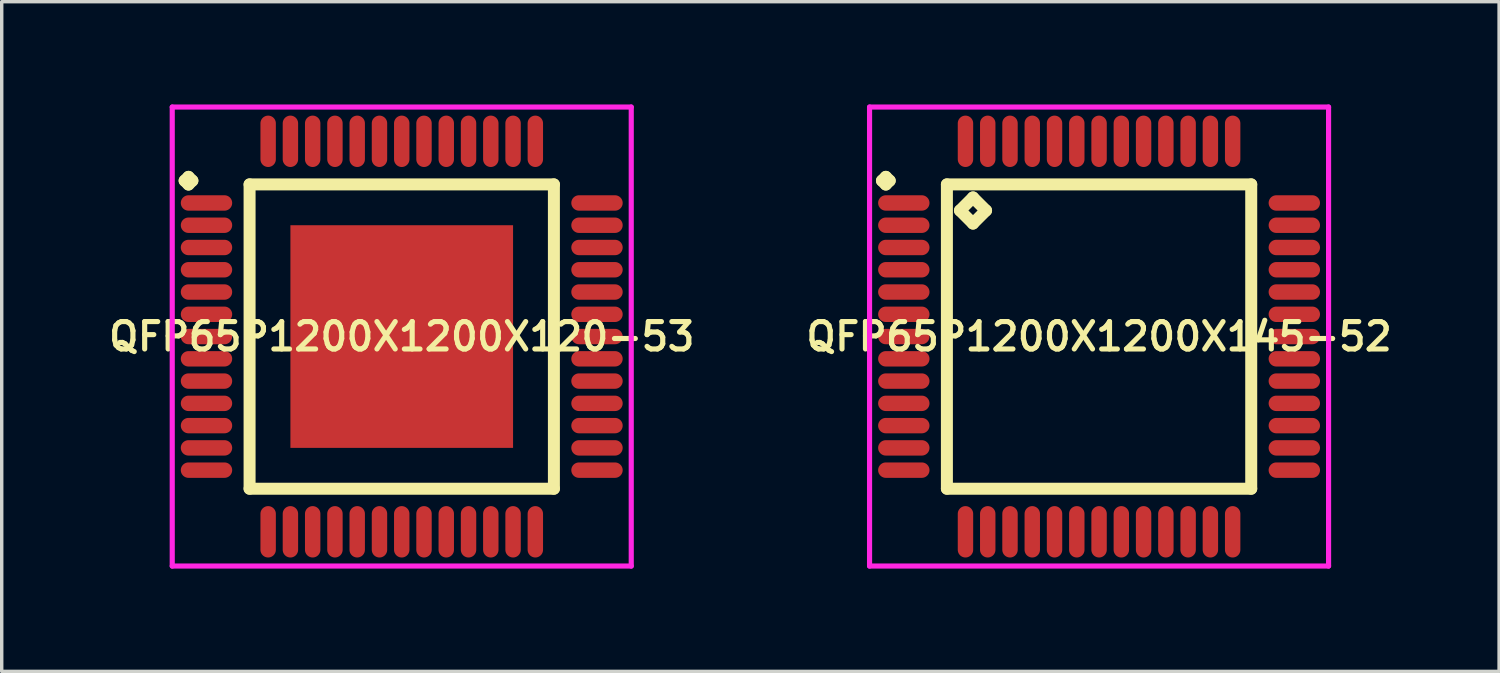
<source format=kicad_pcb>
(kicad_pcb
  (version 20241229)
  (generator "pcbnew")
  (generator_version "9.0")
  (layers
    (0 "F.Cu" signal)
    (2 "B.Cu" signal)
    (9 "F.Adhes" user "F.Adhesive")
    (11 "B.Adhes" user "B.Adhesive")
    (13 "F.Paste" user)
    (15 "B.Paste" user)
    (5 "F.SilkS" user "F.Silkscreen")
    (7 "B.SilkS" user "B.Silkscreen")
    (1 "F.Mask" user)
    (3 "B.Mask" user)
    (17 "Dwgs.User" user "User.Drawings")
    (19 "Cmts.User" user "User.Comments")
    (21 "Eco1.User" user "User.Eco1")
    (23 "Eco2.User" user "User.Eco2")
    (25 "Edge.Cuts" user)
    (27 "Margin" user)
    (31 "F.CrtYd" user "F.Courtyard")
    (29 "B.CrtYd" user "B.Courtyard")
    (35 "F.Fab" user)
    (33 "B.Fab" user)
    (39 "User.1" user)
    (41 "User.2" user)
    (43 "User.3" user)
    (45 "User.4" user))
  (footprint "QFP65P1200X1200X120-53"
    (layer "F.Cu")
    (at 8.678 6.775)
    (property "Reference" "QFP65P1200X1200X120-53" (at 0 0 0) (layer "F.SilkS") (effects (font (size 0.8 0.8) (thickness 0.15))))
    (attr smd)
    (fp_line (start -6.338 -4.55) (end -6.225 -4.662) (stroke (width 0.35) (type solid)) (layer "F.SilkS"))
    (fp_line (start -6.225 -4.662) (end -6.112 -4.55) (stroke (width 0.35) (type solid)) (layer "F.SilkS"))
    (fp_line (start -6.225 -4.438) (end -6.338 -4.55) (stroke (width 0.35) (type solid)) (layer "F.SilkS"))
    (fp_line (start -6.112 -4.55) (end -6.225 -4.438) (stroke (width 0.35) (type solid)) (layer "F.SilkS"))
    (fp_line (start -4.442 -4.442) (end -4.442 4.442) (stroke (width 0.35) (type solid)) (layer "F.SilkS"))
    (fp_line (start -4.442 4.442) (end 4.442 4.442) (stroke (width 0.35) (type solid)) (layer "F.SilkS"))
    (fp_line (start 4.442 -4.442) (end -4.442 -4.442) (stroke (width 0.35) (type solid)) (layer "F.SilkS"))
    (fp_line (start 4.442 4.442) (end 4.442 -4.442) (stroke (width 0.35) (type solid)) (layer "F.SilkS"))
    (fp_line (start -6.7 -6.7) (end 6.7 -6.7) (stroke (width 0.15) (type solid)) (layer "F.CrtYd"))
    (fp_line (start -6.7 6.7) (end -6.7 -6.7) (stroke (width 0.15) (type solid)) (layer "F.CrtYd"))
    (fp_line (start 6.7 -6.7) (end 6.7 6.7) (stroke (width 0.15) (type solid)) (layer "F.CrtYd"))
    (fp_line (start 6.7 6.7) (end -6.7 6.7) (stroke (width 0.15) (type solid)) (layer "F.CrtYd"))
    (pad "1" smd oval (at -5.7 -3.9) (size 1.5 0.45) (layers "F.Cu" "F.Mask" "F.Paste"))
    (pad "2" smd oval (at -5.7 -3.25) (size 1.5 0.45) (layers "F.Cu" "F.Mask" "F.Paste"))
    (pad "3" smd oval (at -5.7 -2.6) (size 1.5 0.45) (layers "F.Cu" "F.Mask" "F.Paste"))
    (pad "4" smd oval (at -5.7 -1.95) (size 1.5 0.45) (layers "F.Cu" "F.Mask" "F.Paste"))
    (pad "5" smd oval (at -5.7 -1.3) (size 1.5 0.45) (layers "F.Cu" "F.Mask" "F.Paste"))
    (pad "6" smd oval (at -5.7 -0.65) (size 1.5 0.45) (layers "F.Cu" "F.Mask" "F.Paste"))
    (pad "7" smd oval (at -5.7 0) (size 1.5 0.45) (layers "F.Cu" "F.Mask" "F.Paste"))
    (pad "8" smd oval (at -5.7 0.65) (size 1.5 0.45) (layers "F.Cu" "F.Mask" "F.Paste"))
    (pad "9" smd oval (at -5.7 1.3) (size 1.5 0.45) (layers "F.Cu" "F.Mask" "F.Paste"))
    (pad "10" smd oval (at -5.7 1.95) (size 1.5 0.45) (layers "F.Cu" "F.Mask" "F.Paste"))
    (pad "11" smd oval (at -5.7 2.6) (size 1.5 0.45) (layers "F.Cu" "F.Mask" "F.Paste"))
    (pad "12" smd oval (at -5.7 3.25) (size 1.5 0.45) (layers "F.Cu" "F.Mask" "F.Paste"))
    (pad "13" smd oval (at -5.7 3.9) (size 1.5 0.45) (layers "F.Cu" "F.Mask" "F.Paste"))
    (pad "14" smd oval (at -3.9 5.7) (size 0.45 1.5) (layers "F.Cu" "F.Mask" "F.Paste"))
    (pad "15" smd oval (at -3.25 5.7) (size 0.45 1.5) (layers "F.Cu" "F.Mask" "F.Paste"))
    (pad "16" smd oval (at -2.6 5.7) (size 0.45 1.5) (layers "F.Cu" "F.Mask" "F.Paste"))
    (pad "17" smd oval (at -1.95 5.7) (size 0.45 1.5) (layers "F.Cu" "F.Mask" "F.Paste"))
    (pad "18" smd oval (at -1.3 5.7) (size 0.45 1.5) (layers "F.Cu" "F.Mask" "F.Paste"))
    (pad "19" smd oval (at -0.65 5.7) (size 0.45 1.5) (layers "F.Cu" "F.Mask" "F.Paste"))
    (pad "20" smd oval (at 0 5.7) (size 0.45 1.5) (layers "F.Cu" "F.Mask" "F.Paste"))
    (pad "21" smd oval (at 0.65 5.7) (size 0.45 1.5) (layers "F.Cu" "F.Mask" "F.Paste"))
    (pad "22" smd oval (at 1.3 5.7) (size 0.45 1.5) (layers "F.Cu" "F.Mask" "F.Paste"))
    (pad "23" smd oval (at 1.95 5.7) (size 0.45 1.5) (layers "F.Cu" "F.Mask" "F.Paste"))
    (pad "24" smd oval (at 2.6 5.7) (size 0.45 1.5) (layers "F.Cu" "F.Mask" "F.Paste"))
    (pad "25" smd oval (at 3.25 5.7) (size 0.45 1.5) (layers "F.Cu" "F.Mask" "F.Paste"))
    (pad "26" smd oval (at 3.9 5.7) (size 0.45 1.5) (layers "F.Cu" "F.Mask" "F.Paste"))
    (pad "27" smd oval (at 5.7 3.9) (size 1.5 0.45) (layers "F.Cu" "F.Mask" "F.Paste"))
    (pad "28" smd oval (at 5.7 3.25) (size 1.5 0.45) (layers "F.Cu" "F.Mask" "F.Paste"))
    (pad "29" smd oval (at 5.7 2.6) (size 1.5 0.45) (layers "F.Cu" "F.Mask" "F.Paste"))
    (pad "30" smd oval (at 5.7 1.95) (size 1.5 0.45) (layers "F.Cu" "F.Mask" "F.Paste"))
    (pad "31" smd oval (at 5.7 1.3) (size 1.5 0.45) (layers "F.Cu" "F.Mask" "F.Paste"))
    (pad "32" smd oval (at 5.7 0.65) (size 1.5 0.45) (layers "F.Cu" "F.Mask" "F.Paste"))
    (pad "33" smd oval (at 5.7 0) (size 1.5 0.45) (layers "F.Cu" "F.Mask" "F.Paste"))
    (pad "34" smd oval (at 5.7 -0.65) (size 1.5 0.45) (layers "F.Cu" "F.Mask" "F.Paste"))
    (pad "35" smd oval (at 5.7 -1.3) (size 1.5 0.45) (layers "F.Cu" "F.Mask" "F.Paste"))
    (pad "36" smd oval (at 5.7 -1.95) (size 1.5 0.45) (layers "F.Cu" "F.Mask" "F.Paste"))
    (pad "37" smd oval (at 5.7 -2.6) (size 1.5 0.45) (layers "F.Cu" "F.Mask" "F.Paste"))
    (pad "38" smd oval (at 5.7 -3.25) (size 1.5 0.45) (layers "F.Cu" "F.Mask" "F.Paste"))
    (pad "39" smd oval (at 5.7 -3.9) (size 1.5 0.45) (layers "F.Cu" "F.Mask" "F.Paste"))
    (pad "40" smd oval (at 3.9 -5.7) (size 0.45 1.5) (layers "F.Cu" "F.Mask" "F.Paste"))
    (pad "41" smd oval (at 3.25 -5.7) (size 0.45 1.5) (layers "F.Cu" "F.Mask" "F.Paste"))
    (pad "42" smd oval (at 2.6 -5.7) (size 0.45 1.5) (layers "F.Cu" "F.Mask" "F.Paste"))
    (pad "43" smd oval (at 1.95 -5.7) (size 0.45 1.5) (layers "F.Cu" "F.Mask" "F.Paste"))
    (pad "44" smd oval (at 1.3 -5.7) (size 0.45 1.5) (layers "F.Cu" "F.Mask" "F.Paste"))
    (pad "45" smd oval (at 0.65 -5.7) (size 0.45 1.5) (layers "F.Cu" "F.Mask" "F.Paste"))
    (pad "46" smd oval (at 0 -5.7) (size 0.45 1.5) (layers "F.Cu" "F.Mask" "F.Paste"))
    (pad "47" smd oval (at -0.65 -5.7) (size 0.45 1.5) (layers "F.Cu" "F.Mask" "F.Paste"))
    (pad "48" smd oval (at -1.3 -5.7) (size 0.45 1.5) (layers "F.Cu" "F.Mask" "F.Paste"))
    (pad "49" smd oval (at -1.95 -5.7) (size 0.45 1.5) (layers "F.Cu" "F.Mask" "F.Paste"))
    (pad "50" smd oval (at -2.6 -5.7) (size 0.45 1.5) (layers "F.Cu" "F.Mask" "F.Paste"))
    (pad "51" smd oval (at -3.25 -5.7) (size 0.45 1.5) (layers "F.Cu" "F.Mask" "F.Paste"))
    (pad "52" smd oval (at -3.9 -5.7) (size 0.45 1.5) (layers "F.Cu" "F.Mask" "F.Paste"))
    (pad "53" smd rect (at 0 0) (size 6.5 6.5) (layers "F.Cu" "F.Mask" "F.Paste")))
  (footprint "QFP65P1200X1200X145-52"
    (layer "F.Cu")
    (at 29.035 6.775)
    (property "Reference" "QFP65P1200X1200X145-52" (at 0 0 0) (layer "F.SilkS") (effects (font (size 0.8 0.8) (thickness 0.15))))
    (attr smd)
    (fp_line (start -6.338 -4.55) (end -6.225 -4.662) (stroke (width 0.35) (type solid)) (layer "F.SilkS"))
    (fp_line (start -6.225 -4.662) (end -6.112 -4.55) (stroke (width 0.35) (type solid)) (layer "F.SilkS"))
    (fp_line (start -6.225 -4.438) (end -6.338 -4.55) (stroke (width 0.35) (type solid)) (layer "F.SilkS"))
    (fp_line (start -6.112 -4.55) (end -6.225 -4.438) (stroke (width 0.35) (type solid)) (layer "F.SilkS"))
    (fp_line (start -4.442 -4.442) (end -4.442 4.442) (stroke (width 0.35) (type solid)) (layer "F.SilkS"))
    (fp_line (start -4.442 4.442) (end 4.442 4.442) (stroke (width 0.35) (type solid)) (layer "F.SilkS"))
    (fp_line (start -4.061 -3.68) (end -3.68 -4.061) (stroke (width 0.35) (type solid)) (layer "F.SilkS"))
    (fp_line (start -3.68 -4.061) (end -3.299 -3.68) (stroke (width 0.35) (type solid)) (layer "F.SilkS"))
    (fp_line (start -3.68 -3.299) (end -4.061 -3.68) (stroke (width 0.35) (type solid)) (layer "F.SilkS"))
    (fp_line (start -3.299 -3.68) (end -3.68 -3.299) (stroke (width 0.35) (type solid)) (layer "F.SilkS"))
    (fp_line (start 4.442 -4.442) (end -4.442 -4.442) (stroke (width 0.35) (type solid)) (layer "F.SilkS"))
    (fp_line (start 4.442 4.442) (end 4.442 -4.442) (stroke (width 0.35) (type solid)) (layer "F.SilkS"))
    (fp_line (start -6.7 -6.7) (end 6.7 -6.7) (stroke (width 0.15) (type solid)) (layer "F.CrtYd"))
    (fp_line (start -6.7 6.7) (end -6.7 -6.7) (stroke (width 0.15) (type solid)) (layer "F.CrtYd"))
    (fp_line (start 6.7 -6.7) (end 6.7 6.7) (stroke (width 0.15) (type solid)) (layer "F.CrtYd"))
    (fp_line (start 6.7 6.7) (end -6.7 6.7) (stroke (width 0.15) (type solid)) (layer "F.CrtYd"))
    (pad "1" smd oval (at -5.7 -3.9) (size 1.5 0.45) (layers "F.Cu" "F.Mask" "F.Paste"))
    (pad "2" smd oval (at -5.7 -3.25) (size 1.5 0.45) (layers "F.Cu" "F.Mask" "F.Paste"))
    (pad "3" smd oval (at -5.7 -2.6) (size 1.5 0.45) (layers "F.Cu" "F.Mask" "F.Paste"))
    (pad "4" smd oval (at -5.7 -1.95) (size 1.5 0.45) (layers "F.Cu" "F.Mask" "F.Paste"))
    (pad "5" smd oval (at -5.7 -1.3) (size 1.5 0.45) (layers "F.Cu" "F.Mask" "F.Paste"))
    (pad "6" smd oval (at -5.7 -0.65) (size 1.5 0.45) (layers "F.Cu" "F.Mask" "F.Paste"))
    (pad "7" smd oval (at -5.7 0) (size 1.5 0.45) (layers "F.Cu" "F.Mask" "F.Paste"))
    (pad "8" smd oval (at -5.7 0.65) (size 1.5 0.45) (layers "F.Cu" "F.Mask" "F.Paste"))
    (pad "9" smd oval (at -5.7 1.3) (size 1.5 0.45) (layers "F.Cu" "F.Mask" "F.Paste"))
    (pad "10" smd oval (at -5.7 1.95) (size 1.5 0.45) (layers "F.Cu" "F.Mask" "F.Paste"))
    (pad "11" smd oval (at -5.7 2.6) (size 1.5 0.45) (layers "F.Cu" "F.Mask" "F.Paste"))
    (pad "12" smd oval (at -5.7 3.25) (size 1.5 0.45) (layers "F.Cu" "F.Mask" "F.Paste"))
    (pad "13" smd oval (at -5.7 3.9) (size 1.5 0.45) (layers "F.Cu" "F.Mask" "F.Paste"))
    (pad "14" smd oval (at -3.9 5.7) (size 0.45 1.5) (layers "F.Cu" "F.Mask" "F.Paste"))
    (pad "15" smd oval (at -3.25 5.7) (size 0.45 1.5) (layers "F.Cu" "F.Mask" "F.Paste"))
    (pad "16" smd oval (at -2.6 5.7) (size 0.45 1.5) (layers "F.Cu" "F.Mask" "F.Paste"))
    (pad "17" smd oval (at -1.95 5.7) (size 0.45 1.5) (layers "F.Cu" "F.Mask" "F.Paste"))
    (pad "18" smd oval (at -1.3 5.7) (size 0.45 1.5) (layers "F.Cu" "F.Mask" "F.Paste"))
    (pad "19" smd oval (at -0.65 5.7) (size 0.45 1.5) (layers "F.Cu" "F.Mask" "F.Paste"))
    (pad "20" smd oval (at 0 5.7) (size 0.45 1.5) (layers "F.Cu" "F.Mask" "F.Paste"))
    (pad "21" smd oval (at 0.65 5.7) (size 0.45 1.5) (layers "F.Cu" "F.Mask" "F.Paste"))
    (pad "22" smd oval (at 1.3 5.7) (size 0.45 1.5) (layers "F.Cu" "F.Mask" "F.Paste"))
    (pad "23" smd oval (at 1.95 5.7) (size 0.45 1.5) (layers "F.Cu" "F.Mask" "F.Paste"))
    (pad "24" smd oval (at 2.6 5.7) (size 0.45 1.5) (layers "F.Cu" "F.Mask" "F.Paste"))
    (pad "25" smd oval (at 3.25 5.7) (size 0.45 1.5) (layers "F.Cu" "F.Mask" "F.Paste"))
    (pad "26" smd oval (at 3.9 5.7) (size 0.45 1.5) (layers "F.Cu" "F.Mask" "F.Paste"))
    (pad "27" smd oval (at 5.7 3.9) (size 1.5 0.45) (layers "F.Cu" "F.Mask" "F.Paste"))
    (pad "28" smd oval (at 5.7 3.25) (size 1.5 0.45) (layers "F.Cu" "F.Mask" "F.Paste"))
    (pad "29" smd oval (at 5.7 2.6) (size 1.5 0.45) (layers "F.Cu" "F.Mask" "F.Paste"))
    (pad "30" smd oval (at 5.7 1.95) (size 1.5 0.45) (layers "F.Cu" "F.Mask" "F.Paste"))
    (pad "31" smd oval (at 5.7 1.3) (size 1.5 0.45) (layers "F.Cu" "F.Mask" "F.Paste"))
    (pad "32" smd oval (at 5.7 0.65) (size 1.5 0.45) (layers "F.Cu" "F.Mask" "F.Paste"))
    (pad "33" smd oval (at 5.7 0) (size 1.5 0.45) (layers "F.Cu" "F.Mask" "F.Paste"))
    (pad "34" smd oval (at 5.7 -0.65) (size 1.5 0.45) (layers "F.Cu" "F.Mask" "F.Paste"))
    (pad "35" smd oval (at 5.7 -1.3) (size 1.5 0.45) (layers "F.Cu" "F.Mask" "F.Paste"))
    (pad "36" smd oval (at 5.7 -1.95) (size 1.5 0.45) (layers "F.Cu" "F.Mask" "F.Paste"))
    (pad "37" smd oval (at 5.7 -2.6) (size 1.5 0.45) (layers "F.Cu" "F.Mask" "F.Paste"))
    (pad "38" smd oval (at 5.7 -3.25) (size 1.5 0.45) (layers "F.Cu" "F.Mask" "F.Paste"))
    (pad "39" smd oval (at 5.7 -3.9) (size 1.5 0.45) (layers "F.Cu" "F.Mask" "F.Paste"))
    (pad "40" smd oval (at 3.9 -5.7) (size 0.45 1.5) (layers "F.Cu" "F.Mask" "F.Paste"))
    (pad "41" smd oval (at 3.25 -5.7) (size 0.45 1.5) (layers "F.Cu" "F.Mask" "F.Paste"))
    (pad "42" smd oval (at 2.6 -5.7) (size 0.45 1.5) (layers "F.Cu" "F.Mask" "F.Paste"))
    (pad "43" smd oval (at 1.95 -5.7) (size 0.45 1.5) (layers "F.Cu" "F.Mask" "F.Paste"))
    (pad "44" smd oval (at 1.3 -5.7) (size 0.45 1.5) (layers "F.Cu" "F.Mask" "F.Paste"))
    (pad "45" smd oval (at 0.65 -5.7) (size 0.45 1.5) (layers "F.Cu" "F.Mask" "F.Paste"))
    (pad "46" smd oval (at 0 -5.7) (size 0.45 1.5) (layers "F.Cu" "F.Mask" "F.Paste"))
    (pad "47" smd oval (at -0.65 -5.7) (size 0.45 1.5) (layers "F.Cu" "F.Mask" "F.Paste"))
    (pad "48" smd oval (at -1.3 -5.7) (size 0.45 1.5) (layers "F.Cu" "F.Mask" "F.Paste"))
    (pad "49" smd oval (at -1.95 -5.7) (size 0.45 1.5) (layers "F.Cu" "F.Mask" "F.Paste"))
    (pad "50" smd oval (at -2.6 -5.7) (size 0.45 1.5) (layers "F.Cu" "F.Mask" "F.Paste"))
    (pad "51" smd oval (at -3.25 -5.7) (size 0.45 1.5) (layers "F.Cu" "F.Mask" "F.Paste"))
    (pad "52" smd oval (at -3.9 -5.7) (size 0.45 1.5) (layers "F.Cu" "F.Mask" "F.Paste")))
  (gr_rect
    (start -3 -3)
    (end 40.713 16.55)
    (stroke (width 0.1) (type default))
    (fill no)
    (layer "Edge.Cuts")))
</source>
